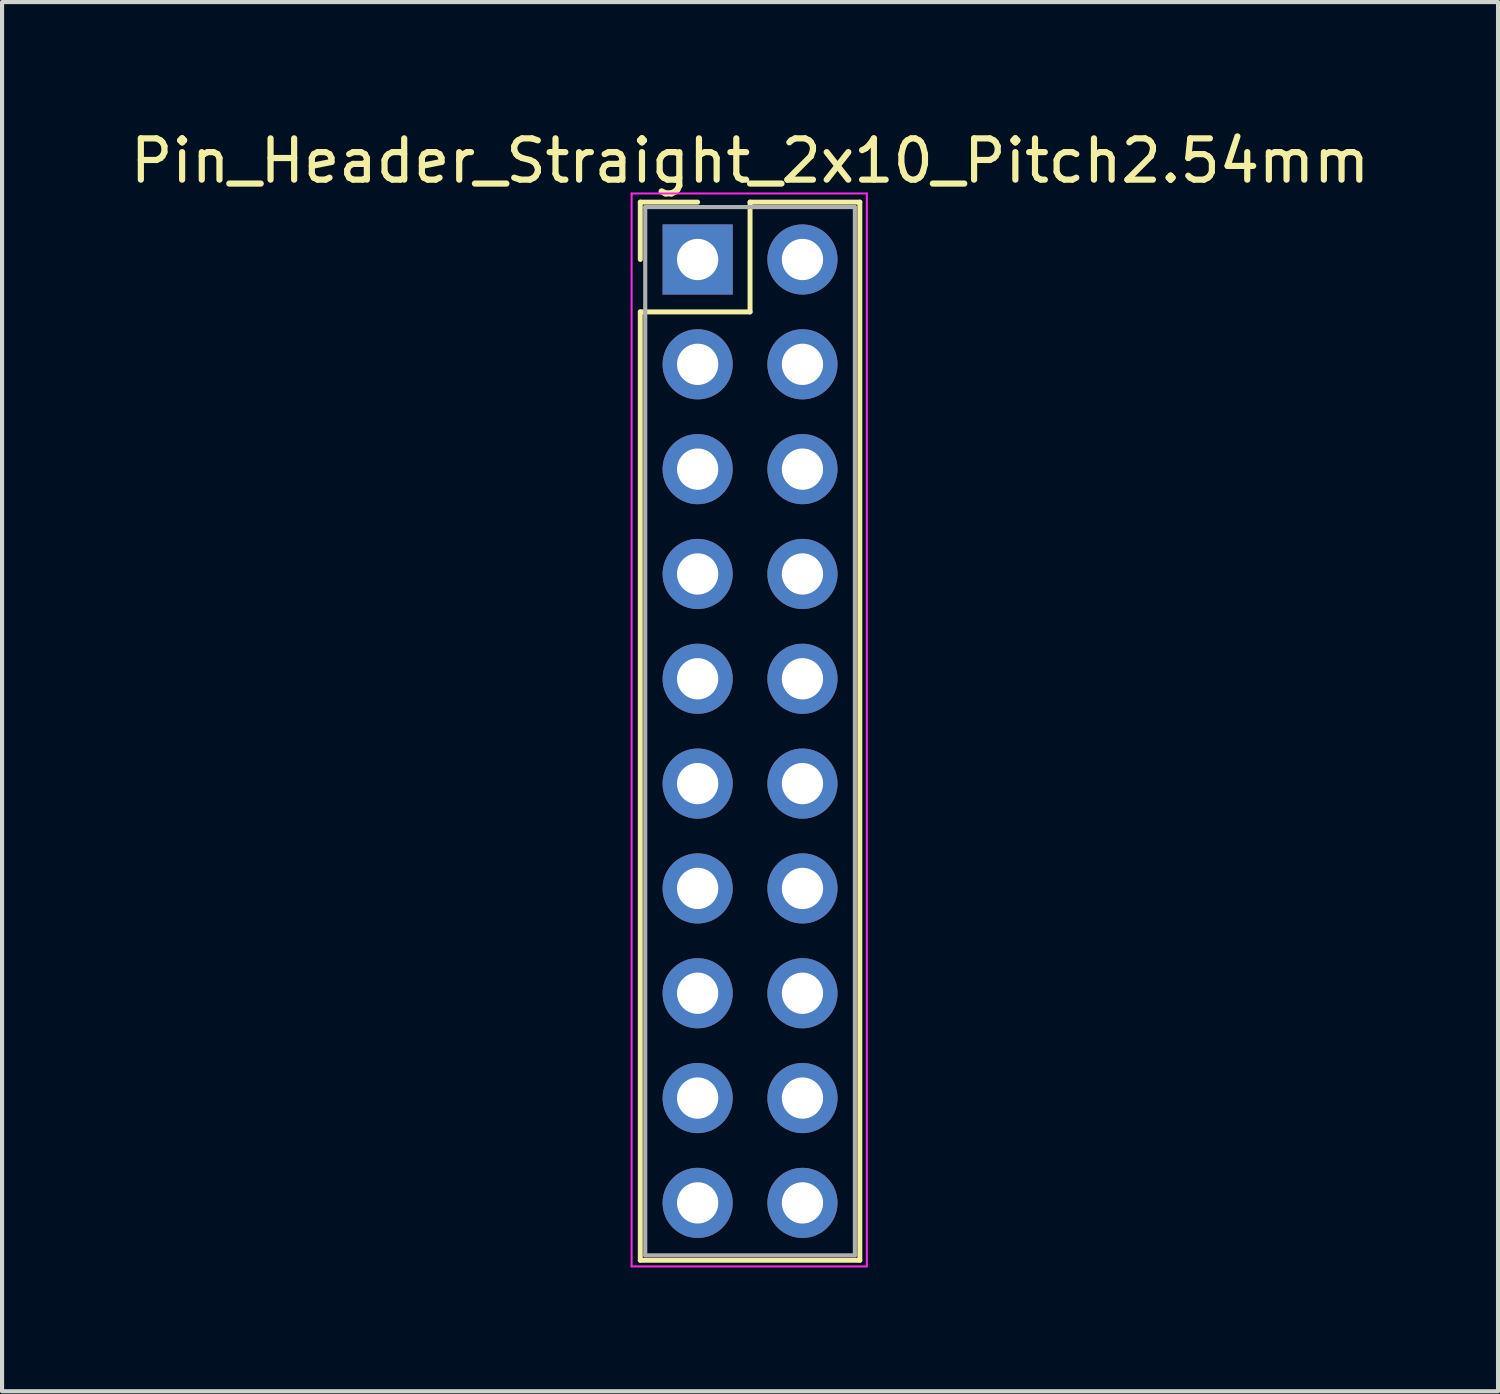
<source format=kicad_pcb>
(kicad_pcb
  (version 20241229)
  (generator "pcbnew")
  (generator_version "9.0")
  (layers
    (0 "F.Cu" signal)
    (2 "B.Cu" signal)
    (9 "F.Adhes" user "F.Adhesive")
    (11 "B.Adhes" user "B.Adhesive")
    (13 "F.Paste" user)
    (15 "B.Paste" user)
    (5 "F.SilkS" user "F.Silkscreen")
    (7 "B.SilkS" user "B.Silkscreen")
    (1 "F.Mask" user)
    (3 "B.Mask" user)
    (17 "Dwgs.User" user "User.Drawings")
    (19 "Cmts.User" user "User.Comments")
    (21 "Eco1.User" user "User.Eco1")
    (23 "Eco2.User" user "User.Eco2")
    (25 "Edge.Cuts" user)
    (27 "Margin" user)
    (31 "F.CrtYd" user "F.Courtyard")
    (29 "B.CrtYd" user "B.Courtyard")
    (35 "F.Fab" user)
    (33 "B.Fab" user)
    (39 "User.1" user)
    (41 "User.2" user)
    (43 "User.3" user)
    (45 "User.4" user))
  (footprint "Pin_Header_Straight_2x10_Pitch2.54mm"
    (layer "F.Cu")
    (at 13.855 3.238)
    (property "Reference" "Pin_Header_Straight_2x10_Pitch2.54mm" (at 1.27 -2.39 0) (layer "F.SilkS") (effects (font (size 1 1) (thickness 0.15))))
    (attr through_hole)
    (fp_line (start -1.39 -1.39) (end 0 -1.39) (stroke (width 0.12) (type solid)) (layer "F.SilkS"))
    (fp_line (start -1.39 0) (end -1.39 -1.39) (stroke (width 0.12) (type solid)) (layer "F.SilkS"))
    (fp_line (start -1.39 1.27) (end -1.39 24.25) (stroke (width 0.12) (type solid)) (layer "F.SilkS"))
    (fp_line (start -1.39 24.25) (end 3.93 24.25) (stroke (width 0.12) (type solid)) (layer "F.SilkS"))
    (fp_line (start 1.27 -1.39) (end 1.27 1.27) (stroke (width 0.12) (type solid)) (layer "F.SilkS"))
    (fp_line (start 1.27 1.27) (end -1.39 1.27) (stroke (width 0.12) (type solid)) (layer "F.SilkS"))
    (fp_line (start 3.93 -1.39) (end 1.27 -1.39) (stroke (width 0.12) (type solid)) (layer "F.SilkS"))
    (fp_line (start 3.93 24.25) (end 3.93 -1.39) (stroke (width 0.12) (type solid)) (layer "F.SilkS"))
    (fp_line (start -1.6 -1.6) (end -1.6 24.4) (stroke (width 0.05) (type solid)) (layer "F.CrtYd"))
    (fp_line (start -1.6 24.4) (end 4.1 24.4) (stroke (width 0.05) (type solid)) (layer "F.CrtYd"))
    (fp_line (start 4.1 -1.6) (end -1.6 -1.6) (stroke (width 0.05) (type solid)) (layer "F.CrtYd"))
    (fp_line (start 4.1 24.4) (end 4.1 -1.6) (stroke (width 0.05) (type solid)) (layer "F.CrtYd"))
    (fp_line (start -1.27 -1.27) (end -1.27 24.13) (stroke (width 0.1) (type solid)) (layer "F.Fab"))
    (fp_line (start -1.27 24.13) (end 3.81 24.13) (stroke (width 0.1) (type solid)) (layer "F.Fab"))
    (fp_line (start 3.81 -1.27) (end -1.27 -1.27) (stroke (width 0.1) (type solid)) (layer "F.Fab"))
    (fp_line (start 3.81 24.13) (end 3.81 -1.27) (stroke (width 0.1) (type solid)) (layer "F.Fab"))
    (pad "1" thru_hole rect (at 0 0) (size 1.7 1.7) (drill 1) (layers "*.Cu" "*.Mask"))
    (pad "2" thru_hole oval (at 2.54 0) (size 1.7 1.7) (drill 1) (layers "*.Cu" "*.Mask"))
    (pad "3" thru_hole oval (at 0 2.54) (size 1.7 1.7) (drill 1) (layers "*.Cu" "*.Mask"))
    (pad "4" thru_hole oval (at 2.54 2.54) (size 1.7 1.7) (drill 1) (layers "*.Cu" "*.Mask"))
    (pad "5" thru_hole oval (at 0 5.08) (size 1.7 1.7) (drill 1) (layers "*.Cu" "*.Mask"))
    (pad "6" thru_hole oval (at 2.54 5.08) (size 1.7 1.7) (drill 1) (layers "*.Cu" "*.Mask"))
    (pad "7" thru_hole oval (at 0 7.62) (size 1.7 1.7) (drill 1) (layers "*.Cu" "*.Mask"))
    (pad "8" thru_hole oval (at 2.54 7.62) (size 1.7 1.7) (drill 1) (layers "*.Cu" "*.Mask"))
    (pad "9" thru_hole oval (at 0 10.16) (size 1.7 1.7) (drill 1) (layers "*.Cu" "*.Mask"))
    (pad "10" thru_hole oval (at 2.54 10.16) (size 1.7 1.7) (drill 1) (layers "*.Cu" "*.Mask"))
    (pad "11" thru_hole oval (at 0 12.7) (size 1.7 1.7) (drill 1) (layers "*.Cu" "*.Mask"))
    (pad "12" thru_hole oval (at 2.54 12.7) (size 1.7 1.7) (drill 1) (layers "*.Cu" "*.Mask"))
    (pad "13" thru_hole oval (at 0 15.24) (size 1.7 1.7) (drill 1) (layers "*.Cu" "*.Mask"))
    (pad "14" thru_hole oval (at 2.54 15.24) (size 1.7 1.7) (drill 1) (layers "*.Cu" "*.Mask"))
    (pad "15" thru_hole oval (at 0 17.78) (size 1.7 1.7) (drill 1) (layers "*.Cu" "*.Mask"))
    (pad "16" thru_hole oval (at 2.54 17.78) (size 1.7 1.7) (drill 1) (layers "*.Cu" "*.Mask"))
    (pad "17" thru_hole oval (at 0 20.32) (size 1.7 1.7) (drill 1) (layers "*.Cu" "*.Mask"))
    (pad "18" thru_hole oval (at 2.54 20.32) (size 1.7 1.7) (drill 1) (layers "*.Cu" "*.Mask"))
    (pad "19" thru_hole oval (at 0 22.86) (size 1.7 1.7) (drill 1) (layers "*.Cu" "*.Mask"))
    (pad "20" thru_hole oval (at 2.54 22.86) (size 1.7 1.7) (drill 1) (layers "*.Cu" "*.Mask")))
  (gr_rect
    (start -3 -3)
    (end 33.25 30.663)
    (stroke (width 0.1) (type default))
    (fill no)
    (layer "Edge.Cuts")))
</source>
